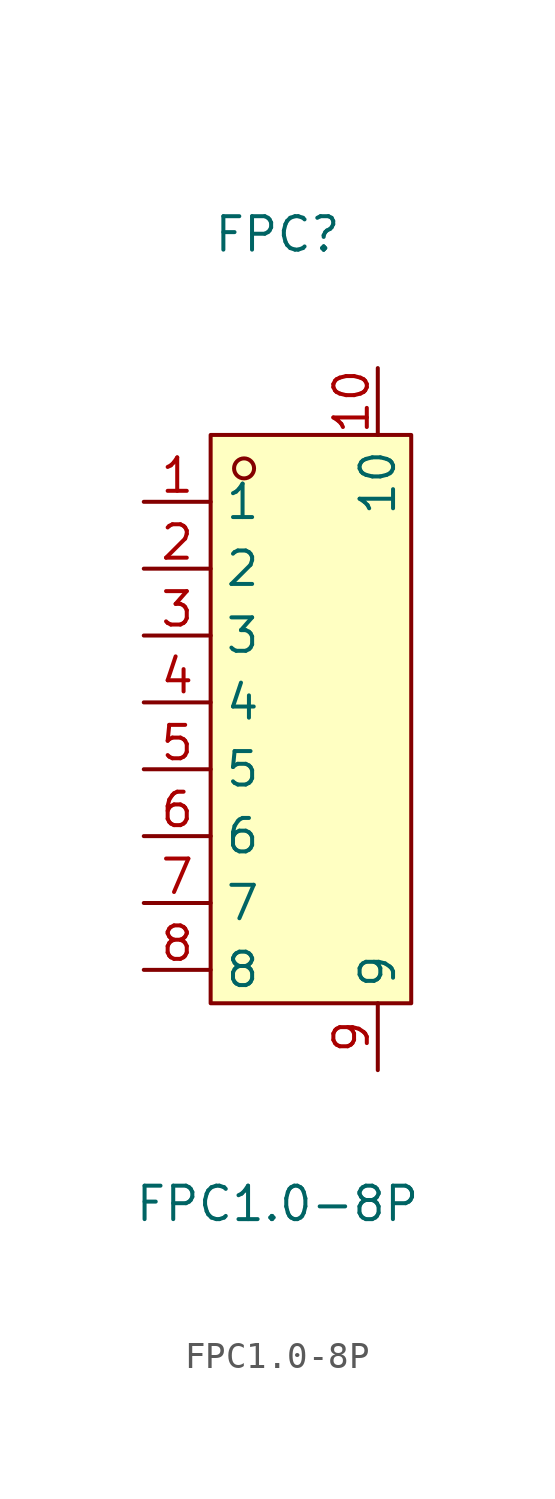
<source format=kicad_sym>
(kicad_symbol_lib
  (version 20211014)
  (generator https://github.com/uPesy/easyeda2kicad.py)
  (symbol "FPC1.0-8P"
    (property "Reference" "FPC"
      (at 0 19.05 0)
      (effects (font (size 1.27 1.27))))
    (property "Value" "FPC1.0-8P"
      (at 0 -17.78 0)
      (effects (font (size 1.27 1.27))))
    (symbol "FPC1.0-8P_0_1"
      (rectangle (start -2.54 11.43) (end 5.08 -10.16) (stroke (width 0) (type default) (color 0 0 0 0)) (fill (type background)))
      (circle (center -1.27 10.16) (radius 0.38) (stroke (width 0) (type default) (color 0 0 0 0)) (fill (type none)))
      (pin unspecified line (at -5.08 8.89 0) (length 2.54) (name "1" (effects (font (size 1.27 1.27)))) (number "1" (effects (font (size 1.27 1.27)))))
      (pin unspecified line (at -5.08 6.35 0) (length 2.54) (name "2" (effects (font (size 1.27 1.27)))) (number "2" (effects (font (size 1.27 1.27)))))
      (pin unspecified line (at -5.08 3.81 0) (length 2.54) (name "3" (effects (font (size 1.27 1.27)))) (number "3" (effects (font (size 1.27 1.27)))))
      (pin unspecified line (at -5.08 1.27 0) (length 2.54) (name "4" (effects (font (size 1.27 1.27)))) (number "4" (effects (font (size 1.27 1.27)))))
      (pin unspecified line (at -5.08 -1.27 0) (length 2.54) (name "5" (effects (font (size 1.27 1.27)))) (number "5" (effects (font (size 1.27 1.27)))))
      (pin unspecified line (at -5.08 -3.81 0) (length 2.54) (name "6" (effects (font (size 1.27 1.27)))) (number "6" (effects (font (size 1.27 1.27)))))
      (pin unspecified line (at -5.08 -6.35 0) (length 2.54) (name "7" (effects (font (size 1.27 1.27)))) (number "7" (effects (font (size 1.27 1.27)))))
      (pin unspecified line (at -5.08 -8.89 0) (length 2.54) (name "8" (effects (font (size 1.27 1.27)))) (number "8" (effects (font (size 1.27 1.27)))))
      (pin unspecified line (at 3.81 -12.70 90) (length 2.54) (name "9" (effects (font (size 1.27 1.27)))) (number "9" (effects (font (size 1.27 1.27)))))
      (pin unspecified line (at 3.81 13.97 270) (length 2.54) (name "10" (effects (font (size 1.27 1.27)))) (number "10" (effects (font (size 1.27 1.27))))))))
</source>
